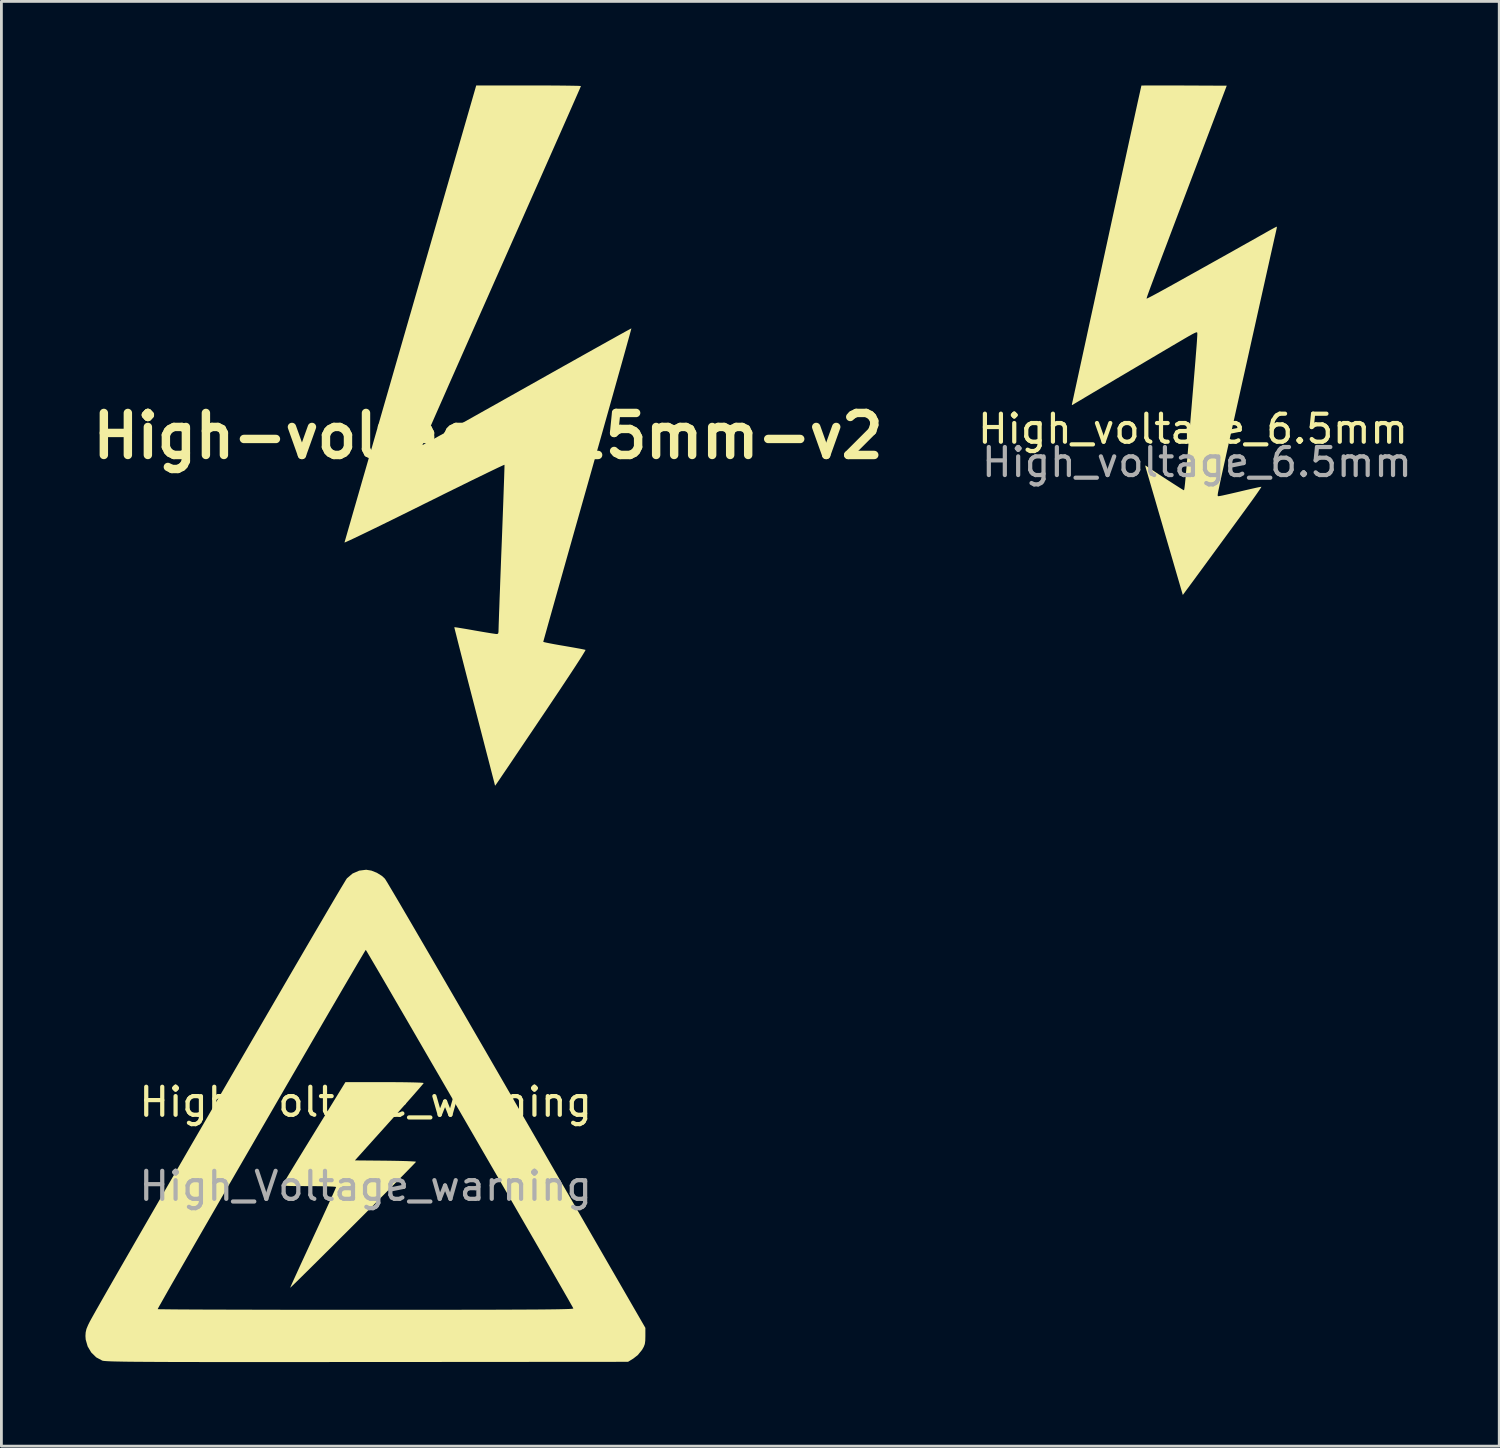
<source format=kicad_pcb>
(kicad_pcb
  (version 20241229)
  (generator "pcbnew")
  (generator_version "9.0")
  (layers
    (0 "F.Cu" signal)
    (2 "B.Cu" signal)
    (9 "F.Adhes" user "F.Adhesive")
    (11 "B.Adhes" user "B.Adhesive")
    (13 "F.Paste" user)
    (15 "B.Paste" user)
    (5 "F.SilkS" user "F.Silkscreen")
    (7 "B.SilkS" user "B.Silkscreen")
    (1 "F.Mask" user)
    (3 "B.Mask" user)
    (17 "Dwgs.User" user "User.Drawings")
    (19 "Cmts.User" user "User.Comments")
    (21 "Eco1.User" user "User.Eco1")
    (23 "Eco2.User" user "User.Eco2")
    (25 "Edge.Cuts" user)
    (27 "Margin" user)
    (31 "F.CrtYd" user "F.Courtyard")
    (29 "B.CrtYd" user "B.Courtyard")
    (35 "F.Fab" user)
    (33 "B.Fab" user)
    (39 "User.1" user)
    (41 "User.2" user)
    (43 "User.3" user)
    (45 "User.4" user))
  (footprint "High_voltage_6.5mm"
    (layer "F.Cu")
    (at 39.715 8.812)
    (property "Reference" "High_voltage_6.5mm" (at -0.18 3.45 0) (unlocked yes) (layer "F.SilkS") (effects (font (size 1 1) (thickness 0.15))))
    (fp_poly (pts (xy -1.23 -8.812) (xy -0.985 -8.812) (xy -0.72 -8.811) (xy -0.494 -8.81) (xy 1.024 -8.803) (xy -0.121 -5.783) (xy -0.334 -5.222) (xy -0.528 -4.709) (xy -0.706 -4.241) (xy -0.867 -3.815) (xy -1.012 -3.431) (xy -1.142 -3.086) (xy -1.259 -2.778) (xy -1.362 -2.505) (xy -1.452 -2.265) (xy -1.531 -2.056) (xy -1.598 -1.875) (xy -1.656 -1.721) (xy -1.704 -1.592) (xy -1.743 -1.486) (xy -1.774 -1.4) (xy -1.798 -1.333) (xy -1.815 -1.282) (xy -1.827 -1.245) (xy -1.834 -1.221) (xy -1.837 -1.208) (xy -1.836 -1.202) (xy -1.811 -1.212) (xy -1.746 -1.244) (xy -1.645 -1.296) (xy -1.515 -1.365) (xy -1.361 -1.449) (xy -1.189 -1.543) (xy -1.077 -1.605) (xy -0.871 -1.719) (xy -0.636 -1.85) (xy -0.377 -1.995) (xy -0.1 -2.149) (xy 0.19 -2.311) (xy 0.485 -2.476) (xy 0.782 -2.642) (xy 1.074 -2.805) (xy 1.355 -2.963) (xy 1.62 -3.112) (xy 1.863 -3.248) (xy 2.078 -3.369) (xy 2.26 -3.472) (xy 2.402 -3.552) (xy 2.426 -3.566) (xy 2.552 -3.637) (xy 2.662 -3.697) (xy 2.746 -3.742) (xy 2.799 -3.768) (xy 2.812 -3.772) (xy 2.812 -3.744) (xy 2.801 -3.683) (xy 2.795 -3.659) (xy 2.784 -3.609) (xy 2.762 -3.51) (xy 2.729 -3.367) (xy 2.688 -3.183) (xy 2.638 -2.96) (xy 2.58 -2.702) (xy 2.516 -2.414) (xy 2.445 -2.097) (xy 2.369 -1.756) (xy 2.288 -1.393) (xy 2.203 -1.013) (xy 2.115 -0.618) (xy 2.025 -0.212) (xy 1.932 0.202) (xy 1.839 0.62) (xy 1.746 1.039) (xy 1.653 1.456) (xy 1.561 1.868) (xy 1.472 2.27) (xy 1.385 2.66) (xy 1.302 3.034) (xy 1.223 3.389) (xy 1.149 3.722) (xy 1.081 4.029) (xy 1.019 4.306) (xy 0.965 4.552) (xy 0.919 4.761) (xy 0.881 4.931) (xy 0.853 5.058) (xy 0.835 5.139) (xy 0.833 5.15) (xy 0.788 5.358) (xy 0.754 5.521) (xy 0.728 5.643) (xy 0.711 5.731) (xy 0.702 5.79) (xy 0.701 5.825) (xy 0.705 5.843) (xy 0.715 5.849) (xy 0.731 5.849) (xy 0.745 5.848) (xy 0.785 5.842) (xy 0.869 5.826) (xy 0.99 5.799) (xy 1.141 5.765) (xy 1.314 5.725) (xy 1.503 5.681) (xy 1.526 5.675) (xy 1.713 5.631) (xy 1.883 5.592) (xy 2.029 5.559) (xy 2.145 5.534) (xy 2.224 5.519) (xy 2.26 5.514) (xy 2.261 5.515) (xy 2.249 5.538) (xy 2.21 5.599) (xy 2.147 5.691) (xy 2.065 5.809) (xy 1.967 5.947) (xy 1.856 6.1) (xy 1.844 6.116) (xy 1.743 6.255) (xy 1.621 6.423) (xy 1.479 6.617) (xy 1.323 6.831) (xy 1.155 7.06) (xy 0.98 7.3) (xy 0.8 7.545) (xy 0.621 7.79) (xy 0.444 8.032) (xy 0.274 8.264) (xy 0.114 8.482) (xy -0.032 8.681) (xy -0.16 8.856) (xy -0.268 9.002) (xy -0.35 9.114) (xy -0.396 9.175) (xy -0.544 9.376) (xy -1.187 7.17) (xy -1.283 6.838) (xy -1.377 6.518) (xy -1.465 6.214) (xy -1.547 5.931) (xy -1.623 5.672) (xy -1.69 5.442) (xy -1.748 5.243) (xy -1.795 5.081) (xy -1.831 4.958) (xy -1.855 4.879) (xy -1.863 4.85) (xy -1.881 4.781) (xy -1.881 4.754) (xy -1.865 4.76) (xy -1.819 4.792) (xy -1.74 4.846) (xy -1.633 4.917) (xy -1.505 5.001) (xy -1.363 5.094) (xy -1.213 5.191) (xy -1.062 5.289) (xy -0.917 5.382) (xy -0.784 5.467) (xy -0.671 5.539) (xy -0.582 5.595) (xy -0.526 5.628) (xy -0.508 5.637) (xy -0.504 5.636) (xy -0.499 5.628) (xy -0.494 5.611) (xy -0.489 5.583) (xy -0.482 5.541) (xy -0.475 5.481) (xy -0.466 5.402) (xy -0.456 5.299) (xy -0.444 5.17) (xy -0.43 5.012) (xy -0.413 4.823) (xy -0.394 4.599) (xy -0.371 4.338) (xy -0.346 4.036) (xy -0.317 3.692) (xy -0.284 3.301) (xy -0.248 2.861) (xy -0.237 2.736) (xy -0.201 2.298) (xy -0.168 1.91) (xy -0.14 1.569) (xy -0.115 1.271) (xy -0.094 1.013) (xy -0.077 0.793) (xy -0.062 0.608) (xy -0.05 0.455) (xy -0.041 0.33) (xy -0.035 0.23) (xy -0.03 0.154) (xy -0.027 0.097) (xy -0.026 0.056) (xy -0.027 0.03) (xy -0.029 0.014) (xy -0.029 0.013) (xy -0.04 0) (xy -0.069 0.003) (xy -0.121 0.024) (xy -0.203 0.066) (xy -0.32 0.131) (xy -0.408 0.182) (xy -0.491 0.23) (xy -0.611 0.301) (xy -0.763 0.39) (xy -0.944 0.496) (xy -1.149 0.617) (xy -1.374 0.75) (xy -1.616 0.893) (xy -1.87 1.043) (xy -2.132 1.198) (xy -2.399 1.355) (xy -2.665 1.513) (xy -2.928 1.668) (xy -3.182 1.819) (xy -3.425 1.962) (xy -3.652 2.096) (xy -3.858 2.219) (xy -4.04 2.327) (xy -4.194 2.419) (xy -4.316 2.491) (xy -4.402 2.542) (xy -4.447 2.57) (xy -4.451 2.573) (xy -4.494 2.597) (xy -4.505 2.587) (xy -4.498 2.549) (xy -4.491 2.517) (xy -4.473 2.437) (xy -4.445 2.309) (xy -4.408 2.137) (xy -4.361 1.923) (xy -4.306 1.67) (xy -4.243 1.379) (xy -4.172 1.053) (xy -4.094 0.694) (xy -4.009 0.305) (xy -3.919 -0.112) (xy -3.823 -0.554) (xy -3.721 -1.019) (xy -3.616 -1.505) (xy -3.506 -2.01) (xy -3.393 -2.531) (xy -3.277 -3.065) (xy -3.257 -3.156) (xy -3.141 -3.692) (xy -3.027 -4.214) (xy -2.917 -4.719) (xy -2.811 -5.207) (xy -2.709 -5.674) (xy -2.612 -6.117) (xy -2.521 -6.535) (xy -2.436 -6.926) (xy -2.357 -7.286) (xy -2.285 -7.614) (xy -2.221 -7.908) (xy -2.165 -8.164) (xy -2.117 -8.381) (xy -2.078 -8.555) (xy -2.049 -8.686) (xy -2.03 -8.771) (xy -2.022 -8.806) (xy -2.021 -8.808) (xy -1.994 -8.809) (xy -1.919 -8.81) (xy -1.8 -8.811) (xy -1.642 -8.812) (xy -1.451 -8.812)) (stroke (width 0) (type solid)) (fill yes) (layer "F.SilkS"))
    (fp_text user "${REFERENCE}" (at -0.04 4.64 0) (unlocked yes) (layer "F.Fab") (effects (font (size 1 1) (thickness 0.15)))))
  (footprint "High-voltage-25mm-v2"
    (layer "F.Cu")
    (at 14.371 12.512)
    (property "Reference" "High-voltage-25mm-v2" (at 0 0 0) (layer "F.SilkS") (effects (font (size 1.5 1.5) (thickness 0.3))))
    (attr board_only exclude_from_pos_files exclude_from_bom)
    (fp_poly (pts (xy 1.782 -12.512) (xy 2.098 -12.511) (xy 2.39 -12.509) (xy 2.651 -12.507) (xy 2.877 -12.504) (xy 3.062 -12.501) (xy 3.2 -12.498) (xy 3.286 -12.494) (xy 3.316 -12.49) (xy 3.303 -12.46) (xy 3.267 -12.375) (xy 3.207 -12.238) (xy 3.125 -12.052) (xy 3.022 -11.818) (xy 2.9 -11.541) (xy 2.759 -11.221) (xy 2.601 -10.863) (xy 2.426 -10.468) (xy 2.236 -10.039) (xy 2.032 -9.578) (xy 1.816 -9.088) (xy 1.587 -8.573) (xy 1.348 -8.033) (xy 1.1 -7.472) (xy 0.843 -6.893) (xy 0.579 -6.297) (xy 0.481 -6.076) (xy 0.215 -5.476) (xy -0.044 -4.89) (xy -0.296 -4.323) (xy -0.538 -3.776) (xy -0.77 -3.251) (xy -0.99 -2.753) (xy -1.198 -2.282) (xy -1.393 -1.842) (xy -1.572 -1.434) (xy -1.736 -1.063) (xy -1.883 -0.73) (xy -2.011 -0.438) (xy -2.12 -0.189) (xy -2.209 0.014) (xy -2.276 0.169) (xy -2.32 0.272) (xy -2.341 0.321) (xy -2.342 0.326) (xy -2.314 0.312) (xy -2.234 0.269) (xy -2.107 0.199) (xy -1.934 0.103) (xy -1.719 -0.016) (xy -1.466 -0.157) (xy -1.176 -0.318) (xy -0.854 -0.498) (xy -0.503 -0.695) (xy -0.126 -0.907) (xy 0.275 -1.131) (xy 0.696 -1.368) (xy 1.133 -1.614) (xy 1.388 -1.757) (xy 1.834 -2.008) (xy 2.264 -2.25) (xy 2.677 -2.482) (xy 3.068 -2.701) (xy 3.434 -2.906) (xy 3.773 -3.096) (xy 4.081 -3.268) (xy 4.355 -3.421) (xy 4.592 -3.553) (xy 4.789 -3.662) (xy 4.942 -3.747) (xy 5.05 -3.805) (xy 5.107 -3.836) (xy 5.117 -3.84) (xy 5.109 -3.81) (xy 5.086 -3.722) (xy 5.047 -3.579) (xy 4.993 -3.386) (xy 4.926 -3.144) (xy 4.846 -2.857) (xy 4.754 -2.528) (xy 4.65 -2.159) (xy 4.536 -1.753) (xy 4.413 -1.315) (xy 4.281 -0.845) (xy 4.141 -0.348) (xy 3.994 0.173) (xy 3.84 0.717) (xy 3.682 1.278) (xy 3.549 1.748) (xy 3.386 2.323) (xy 3.228 2.882) (xy 3.075 3.422) (xy 2.929 3.94) (xy 2.79 4.432) (xy 2.659 4.897) (xy 2.537 5.331) (xy 2.424 5.73) (xy 2.322 6.093) (xy 2.231 6.416) (xy 2.152 6.696) (xy 2.087 6.93) (xy 2.035 7.115) (xy 1.998 7.248) (xy 1.976 7.327) (xy 1.971 7.348) (xy 2 7.359) (xy 2.083 7.378) (xy 2.211 7.404) (xy 2.375 7.435) (xy 2.567 7.469) (xy 2.709 7.493) (xy 2.917 7.529) (xy 3.105 7.562) (xy 3.265 7.591) (xy 3.386 7.615) (xy 3.461 7.631) (xy 3.48 7.637) (xy 3.468 7.666) (xy 3.422 7.743) (xy 3.346 7.867) (xy 3.239 8.034) (xy 3.105 8.241) (xy 2.945 8.485) (xy 2.76 8.764) (xy 2.554 9.075) (xy 2.327 9.414) (xy 2.082 9.78) (xy 1.892 10.061) (xy 1.616 10.472) (xy 1.372 10.833) (xy 1.159 11.149) (xy 0.975 11.422) (xy 0.818 11.656) (xy 0.685 11.853) (xy 0.574 12.016) (xy 0.484 12.149) (xy 0.413 12.255) (xy 0.357 12.336) (xy 0.316 12.396) (xy 0.287 12.438) (xy 0.267 12.464) (xy 0.256 12.479) (xy 0.251 12.484) (xy 0.249 12.484) (xy 0.249 12.48) (xy 0.249 12.478) (xy 0.241 12.447) (xy 0.219 12.359) (xy 0.183 12.219) (xy 0.134 12.031) (xy 0.075 11.8) (xy 0.005 11.529) (xy -0.075 11.223) (xy -0.162 10.886) (xy -0.256 10.523) (xy -0.356 10.136) (xy -0.461 9.732) (xy -0.482 9.65) (xy -0.588 9.243) (xy -0.689 8.853) (xy -0.784 8.485) (xy -0.872 8.142) (xy -0.952 7.83) (xy -1.023 7.553) (xy -1.084 7.313) (xy -1.133 7.117) (xy -1.171 6.968) (xy -1.195 6.87) (xy -1.204 6.827) (xy -1.204 6.826) (xy -1.173 6.828) (xy -1.088 6.84) (xy -0.959 6.861) (xy -0.795 6.888) (xy -0.604 6.921) (xy -0.482 6.943) (xy -0.274 6.979) (xy -0.084 7.011) (xy 0.079 7.038) (xy 0.205 7.057) (xy 0.284 7.068) (xy 0.304 7.069) (xy 0.345 7.064) (xy 0.366 7.037) (xy 0.374 6.973) (xy 0.375 6.899) (xy 0.377 6.843) (xy 0.38 6.729) (xy 0.386 6.563) (xy 0.393 6.348) (xy 0.403 6.089) (xy 0.413 5.792) (xy 0.426 5.46) (xy 0.439 5.1) (xy 0.454 4.714) (xy 0.469 4.31) (xy 0.486 3.891) (xy 0.502 3.475) (xy 0.517 3.077) (xy 0.531 2.701) (xy 0.544 2.352) (xy 0.555 2.034) (xy 0.565 1.751) (xy 0.574 1.509) (xy 0.58 1.311) (xy 0.585 1.162) (xy 0.587 1.066) (xy 0.587 1.028) (xy 0.587 1.028) (xy 0.559 1.038) (xy 0.478 1.075) (xy 0.349 1.135) (xy 0.174 1.219) (xy -0.041 1.323) (xy -0.293 1.446) (xy -0.58 1.585) (xy -0.896 1.741) (xy -1.238 1.909) (xy -1.603 2.089) (xy -1.986 2.28) (xy -2.278 2.424) (xy -2.672 2.62) (xy -3.05 2.807) (xy -3.408 2.984) (xy -3.743 3.148) (xy -4.05 3.298) (xy -4.326 3.432) (xy -4.567 3.548) (xy -4.769 3.645) (xy -4.93 3.72) (xy -5.045 3.772) (xy -5.11 3.8) (xy -5.124 3.803) (xy -5.115 3.77) (xy -5.089 3.679) (xy -5.047 3.533) (xy -4.99 3.334) (xy -4.918 3.085) (xy -4.833 2.788) (xy -4.734 2.446) (xy -4.623 2.061) (xy -4.501 1.635) (xy -4.367 1.172) (xy -4.223 0.673) (xy -4.07 0.141) (xy -3.908 -0.422) (xy -3.738 -1.013) (xy -3.56 -1.629) (xy -3.376 -2.268) (xy -3.186 -2.928) (xy -2.99 -3.607) (xy -2.79 -4.301) (xy -2.768 -4.375) (xy -0.422 -12.512) (xy 1.447 -12.512)) (stroke (width 0) (type solid)) (fill yes) (layer "F.SilkS")))
  (footprint "High_Voltage_warning"
    (layer "F.Cu")
    (at 10.003 36.788)
    (property "Reference" "High_Voltage_warning" (at 0 -0.5 0) (unlocked yes) (layer "F.SilkS") (effects (font (size 1 1) (thickness 0.15))))
    (fp_poly (pts (xy 0.996 -1.21) (xy 1.291 -1.208) (xy 1.552 -1.204) (xy 1.769 -1.199) (xy 1.934 -1.193) (xy 2.037 -1.186) (xy 2.071 -1.179) (xy 2.046 -1.144) (xy 1.973 -1.058) (xy 1.858 -0.924) (xy 1.706 -0.751) (xy 1.523 -0.543) (xy 1.312 -0.306) (xy 1.08 -0.046) (xy 0.843 0.218) (xy -0.384 1.583) (xy 0.707 1.593) (xy 0.989 1.597) (xy 1.245 1.602) (xy 1.463 1.608) (xy 1.635 1.616) (xy 1.749 1.623) (xy 1.797 1.631) (xy 1.798 1.632) (xy 1.771 1.664) (xy 1.692 1.746) (xy 1.567 1.875) (xy 1.399 2.047) (xy 1.191 2.258) (xy 0.949 2.503) (xy 0.677 2.778) (xy 0.377 3.079) (xy 0.056 3.402) (xy -0.284 3.743) (xy -0.449 3.908) (xy -0.796 4.254) (xy -1.127 4.584) (xy -1.437 4.892) (xy -1.722 5.176) (xy -1.979 5.431) (xy -2.203 5.652) (xy -2.39 5.837) (xy -2.537 5.98) (xy -2.638 6.078) (xy -2.69 6.126) (xy -2.696 6.131) (xy -2.68 6.092) (xy -2.635 5.989) (xy -2.562 5.828) (xy -2.466 5.618) (xy -2.35 5.363) (xy -2.216 5.072) (xy -2.068 4.752) (xy -1.909 4.408) (xy -1.876 4.336) (xy -1.715 3.988) (xy -1.564 3.661) (xy -1.427 3.363) (xy -1.307 3.099) (xy -1.207 2.878) (xy -1.129 2.706) (xy -1.078 2.589) (xy -1.056 2.535) (xy -1.055 2.533) (xy -1.092 2.524) (xy -1.197 2.516) (xy -1.359 2.51) (xy -1.568 2.505) (xy -1.812 2.502) (xy -2.017 2.501) (xy -2.317 2.5) (xy -2.548 2.499) (xy -2.717 2.495) (xy -2.835 2.489) (xy -2.908 2.48) (xy -2.946 2.468) (xy -2.957 2.452) (xy -2.955 2.44) (xy -2.931 2.396) (xy -2.869 2.292) (xy -2.774 2.134) (xy -2.65 1.929) (xy -2.5 1.682) (xy -2.328 1.401) (xy -2.138 1.091) (xy -1.934 0.759) (xy -1.827 0.585) (xy -0.723 -1.211) (xy 0.674 -1.211)) (stroke (width 0) (type solid)) (fill yes) (layer "F.SilkS"))
    (fp_poly (pts (xy 0.202 -8.762) (xy 0.401 -8.683) (xy 0.582 -8.57) (xy 0.684 -8.475) (xy 0.714 -8.43) (xy 0.782 -8.319) (xy 0.884 -8.147) (xy 1.021 -7.916) (xy 1.19 -7.63) (xy 1.388 -7.291) (xy 1.616 -6.902) (xy 1.869 -6.467) (xy 2.148 -5.989) (xy 2.45 -5.47) (xy 2.774 -4.913) (xy 3.117 -4.322) (xy 3.478 -3.7) (xy 3.855 -3.049) (xy 4.247 -2.373) (xy 4.651 -1.674) (xy 5.066 -0.956) (xy 5.393 -0.39) (xy 9.984 7.561) (xy 9.984 7.858) (xy 9.98 8.021) (xy 9.964 8.138) (xy 9.927 8.237) (xy 9.866 8.345) (xy 9.715 8.53) (xy 9.556 8.655) (xy 9.365 8.773) (xy 0.062 8.78) (xy -0.957 8.78) (xy -1.901 8.781) (xy -2.772 8.781) (xy -3.574 8.781) (xy -4.309 8.781) (xy -4.98 8.781) (xy -5.59 8.781) (xy -6.142 8.78) (xy -6.639 8.779) (xy -7.083 8.778) (xy -7.478 8.776) (xy -7.827 8.774) (xy -8.132 8.772) (xy -8.395 8.77) (xy -8.621 8.767) (xy -8.812 8.763) (xy -8.97 8.76) (xy -9.099 8.756) (xy -9.202 8.751) (xy -9.281 8.746) (xy -9.339 8.741) (xy -9.379 8.735) (xy -9.404 8.729) (xy -9.619 8.613) (xy -9.796 8.439) (xy -9.924 8.223) (xy -9.994 7.979) (xy -10.003 7.853) (xy -9.995 7.722) (xy -9.967 7.599) (xy -9.908 7.458) (xy -9.852 7.345) (xy -9.799 7.247) (xy -9.71 7.088) (xy -9.6 6.892) (xy -7.425 6.892) (xy -7.386 6.895) (xy -7.273 6.897) (xy -7.09 6.899) (xy -6.84 6.902) (xy -6.527 6.904) (xy -6.154 6.906) (xy -5.727 6.908) (xy -5.247 6.909) (xy -4.72 6.911) (xy -4.149 6.912) (xy -3.538 6.914) (xy -2.89 6.915) (xy -2.21 6.915) (xy -1.501 6.916) (xy -0.767 6.916) (xy -0.011 6.917) (xy 0.004 6.917) (xy 0.93 6.917) (xy 1.78 6.916) (xy 2.558 6.916) (xy 3.266 6.915) (xy 3.907 6.914) (xy 4.483 6.913) (xy 4.999 6.911) (xy 5.455 6.909) (xy 5.856 6.907) (xy 6.204 6.905) (xy 6.501 6.902) (xy 6.752 6.899) (xy 6.957 6.895) (xy 7.121 6.891) (xy 7.245 6.887) (xy 7.333 6.882) (xy 7.388 6.876) (xy 7.412 6.871) (xy 7.413 6.868) (xy 7.39 6.823) (xy 7.329 6.716) (xy 7.235 6.549) (xy 7.108 6.328) (xy 6.952 6.056) (xy 6.768 5.736) (xy 6.56 5.374) (xy 6.329 4.973) (xy 6.078 4.537) (xy 5.808 4.07) (xy 5.523 3.577) (xy 5.225 3.06) (xy 4.916 2.525) (xy 4.598 1.975) (xy 4.273 1.414) (xy 3.945 0.847) (xy 3.615 0.277) (xy 3.286 -0.292) (xy 2.96 -0.855) (xy 2.639 -1.409) (xy 2.325 -1.949) (xy 2.022 -2.472) (xy 1.731 -2.974) (xy 1.455 -3.45) (xy 1.195 -3.896) (xy 0.955 -4.309) (xy 0.737 -4.685) (xy 0.542 -5.019) (xy 0.374 -5.307) (xy 0.234 -5.545) (xy 0.125 -5.73) (xy 0.05 -5.858) (xy 0.01 -5.923) (xy 0.004 -5.931) (xy -0.018 -5.899) (xy -0.076 -5.803) (xy -0.169 -5.647) (xy -0.294 -5.436) (xy -0.448 -5.173) (xy -0.63 -4.863) (xy -0.838 -4.508) (xy -1.067 -4.114) (xy -1.318 -3.685) (xy -1.586 -3.224) (xy -1.871 -2.735) (xy -2.168 -2.223) (xy -2.477 -1.691) (xy -2.795 -1.144) (xy -3.119 -0.585) (xy -3.447 -0.018) (xy -3.778 0.552) (xy -4.107 1.121) (xy -4.434 1.686) (xy -4.756 2.242) (xy -5.071 2.786) (xy -5.375 3.313) (xy -5.668 3.82) (xy -5.946 4.302) (xy -6.207 4.756) (xy -6.449 5.177) (xy -6.67 5.561) (xy -6.868 5.905) (xy -7.039 6.204) (xy -7.181 6.455) (xy -7.293 6.653) (xy -7.373 6.794) (xy -7.416 6.874) (xy -7.425 6.892) (xy -9.6 6.892) (xy -9.588 6.872) (xy -9.435 6.602) (xy -9.252 6.281) (xy -9.042 5.915) (xy -8.807 5.505) (xy -8.549 5.057) (xy -8.27 4.572) (xy -7.973 4.057) (xy -7.659 3.513) (xy -7.331 2.945) (xy -6.991 2.356) (xy -6.64 1.749) (xy -6.282 1.13) (xy -5.917 0.501) (xy -5.549 -0.135) (xy -5.179 -0.773) (xy -4.81 -1.409) (xy -4.443 -2.041) (xy -4.081 -2.664) (xy -3.726 -3.274) (xy -3.38 -3.869) (xy -3.045 -4.444) (xy -2.724 -4.996) (xy -2.417 -5.522) (xy -2.129 -6.016) (xy -1.86 -6.476) (xy -1.612 -6.898) (xy -1.389 -7.279) (xy -1.192 -7.614) (xy -1.023 -7.901) (xy -0.884 -8.135) (xy -0.777 -8.312) (xy -0.706 -8.43) (xy -0.67 -8.484) (xy -0.669 -8.486) (xy -0.468 -8.657) (xy -0.231 -8.76) (xy 0.017 -8.792)) (stroke (width 0) (type solid)) (fill yes) (layer "F.SilkS"))
    (fp_text user "${REFERENCE}" (at 0 2.5 0) (unlocked yes) (layer "F.Fab") (effects (font (size 1 1) (thickness 0.15)))))
  (gr_rect
    (start -3 -3)
    (end 50.466 48.57)
    (stroke (width 0.1) (type default))
    (fill no)
    (layer "Edge.Cuts")))
</source>
